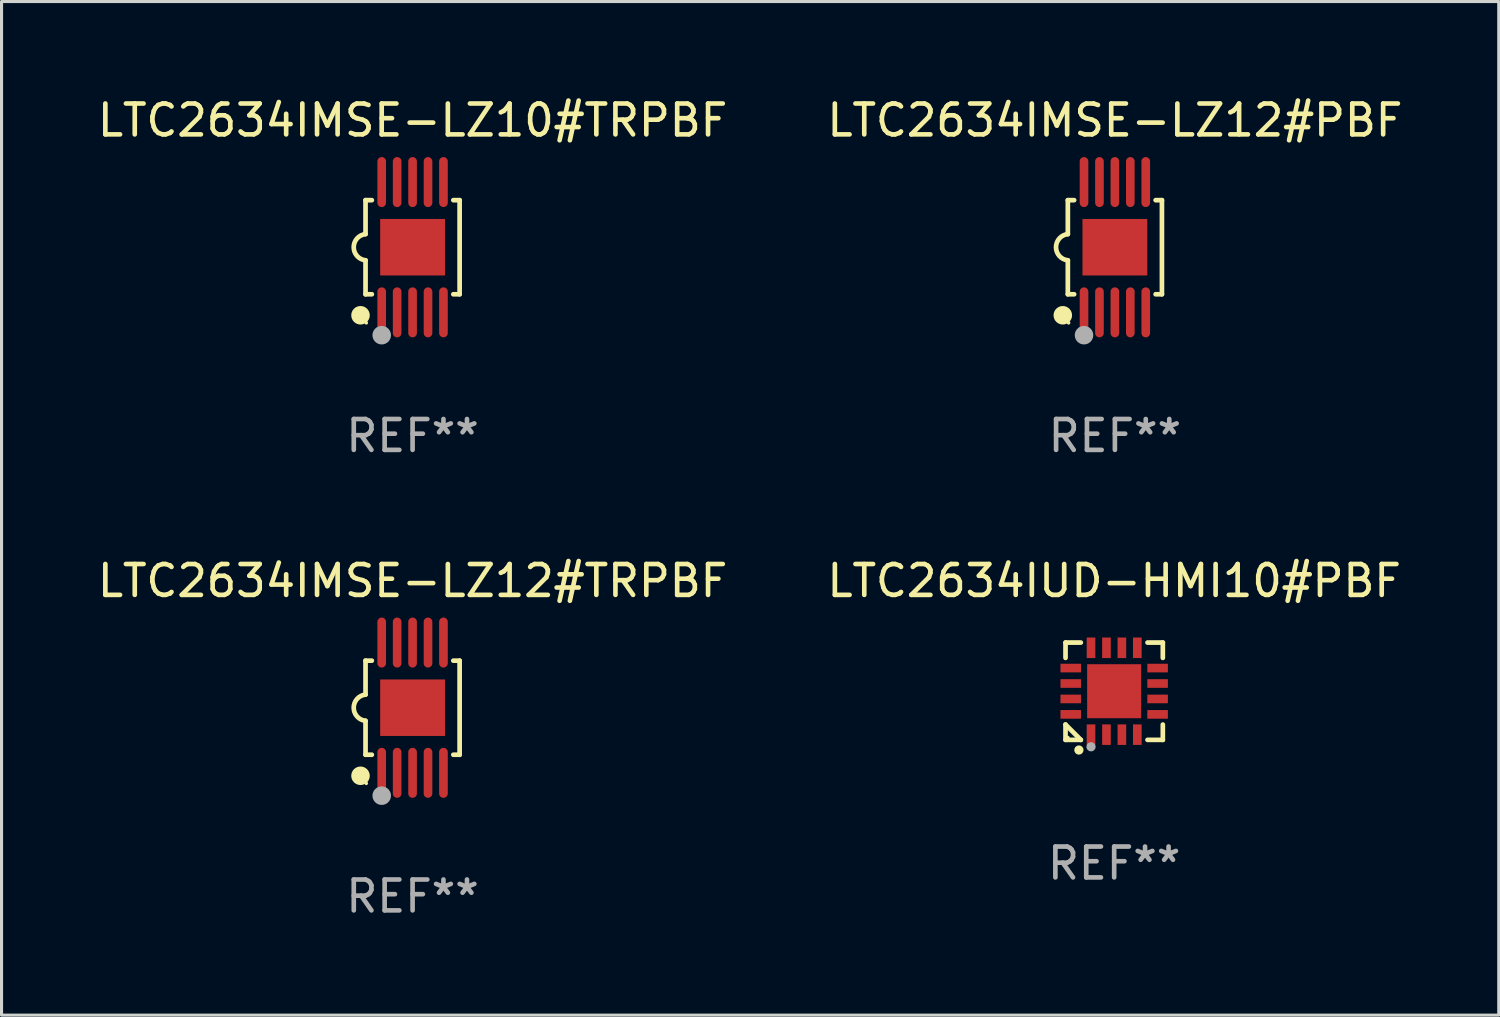
<source format=kicad_pcb>
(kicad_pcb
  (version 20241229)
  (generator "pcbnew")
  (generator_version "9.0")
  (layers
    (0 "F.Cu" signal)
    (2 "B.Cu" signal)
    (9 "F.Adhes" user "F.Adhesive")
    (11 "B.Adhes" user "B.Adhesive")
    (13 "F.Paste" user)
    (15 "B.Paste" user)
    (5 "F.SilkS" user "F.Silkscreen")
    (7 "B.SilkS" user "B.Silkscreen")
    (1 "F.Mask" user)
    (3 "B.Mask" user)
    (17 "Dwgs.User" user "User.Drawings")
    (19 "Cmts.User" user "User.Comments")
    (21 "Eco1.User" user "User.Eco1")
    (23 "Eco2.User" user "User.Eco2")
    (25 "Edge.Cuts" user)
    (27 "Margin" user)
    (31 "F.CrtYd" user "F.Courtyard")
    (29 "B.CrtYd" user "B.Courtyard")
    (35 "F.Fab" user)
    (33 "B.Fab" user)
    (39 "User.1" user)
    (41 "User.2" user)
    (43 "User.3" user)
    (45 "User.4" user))
  (footprint "LTC2634IMSE-LZ12#TRPBF"
    (layer "F.Cu")
    (at 10.315 19.875)
    (property "Reference" "LTC2634IMSE-LZ12#TRPBF" (at 0 -4.11 0) (layer "F.SilkS") (effects (font (size 1 1) (thickness 0.15))))
    (attr through_hole)
    (fp_line (start -1.524 -1.524) (end -1.524 -0.424) (stroke (width 0.152) (type solid)) (layer "F.SilkS"))
    (fp_line (start -1.524 1.524) (end -1.524 0.424) (stroke (width 0.152) (type solid)) (layer "F.SilkS"))
    (fp_line (start -1.524 1.524) (end -1.32 1.524) (stroke (width 0.152) (type solid)) (layer "F.SilkS"))
    (fp_line (start -1.32 -1.524) (end -1.524 -1.524) (stroke (width 0.152) (type solid)) (layer "F.SilkS"))
    (fp_line (start 1.32 1.524) (end 1.524 1.524) (stroke (width 0.152) (type solid)) (layer "F.SilkS"))
    (fp_line (start 1.524 -1.524) (end 1.32 -1.524) (stroke (width 0.152) (type solid)) (layer "F.SilkS"))
    (fp_line (start 1.524 1.524) (end 1.524 -1.524) (stroke (width 0.152) (type solid)) (layer "F.SilkS"))
    (fp_arc (start -1.524003 0.424003) (mid -1.906663 -0.000089) (end -1.524004 -0.424181) (stroke (width 0.151994) (type solid)) (layer "F.SilkS"))
    (fp_circle (center -1.687 2.205) (end -1.537 2.205) (stroke (width 0.3) (type solid)) (fill no) (layer "F.SilkS"))
    (fp_circle (center -1.5 2.45) (end -1.47 2.45) (stroke (width 0.06) (type solid)) (fill no) (layer "F.SilkS"))
    (fp_circle (center -1 2.85) (end -0.85 2.85) (stroke (width 0.3) (type solid)) (fill no) (layer "F.Fab"))
    (fp_text user "REF**" (at 0 6.11 0) (layer "F.Fab") (effects (font (size 1 1) (thickness 0.15))))
    (pad "1" smd oval (at -1 2.11) (size 0.28 1.62) (layers "F.Cu" "F.Mask" "F.Paste"))
    (pad "2" smd oval (at -0.5 2.11) (size 0.28 1.62) (layers "F.Cu" "F.Mask" "F.Paste"))
    (pad "3" smd oval (at 0 2.11) (size 0.28 1.62) (layers "F.Cu" "F.Mask" "F.Paste"))
    (pad "4" smd oval (at 0.5 2.11) (size 0.28 1.62) (layers "F.Cu" "F.Mask" "F.Paste"))
    (pad "5" smd oval (at 1 2.11) (size 0.28 1.62) (layers "F.Cu" "F.Mask" "F.Paste"))
    (pad "6" smd oval (at 1 -2.11) (size 0.28 1.62) (layers "F.Cu" "F.Mask" "F.Paste"))
    (pad "7" smd oval (at 0.5 -2.11) (size 0.28 1.62) (layers "F.Cu" "F.Mask" "F.Paste"))
    (pad "8" smd oval (at 0 -2.11) (size 0.28 1.62) (layers "F.Cu" "F.Mask" "F.Paste"))
    (pad "9" smd oval (at -0.5 -2.11) (size 0.28 1.62) (layers "F.Cu" "F.Mask" "F.Paste"))
    (pad "10" smd oval (at -1 -2.11) (size 0.28 1.62) (layers "F.Cu" "F.Mask" "F.Paste"))
    (pad "11" smd rect (at 0 0) (size 2.1 1.83) (layers "F.Cu" "F.Mask" "F.Paste")))
  (footprint "LTC2634IMSE-LZ10#TRPBF"
    (layer "F.Cu")
    (at 10.315 4.958)
    (property "Reference" "LTC2634IMSE-LZ10#TRPBF" (at 0 -4.11 0) (layer "F.SilkS") (effects (font (size 1 1) (thickness 0.15))))
    (attr through_hole)
    (fp_line (start -1.524 -1.524) (end -1.524 -0.424) (stroke (width 0.152) (type solid)) (layer "F.SilkS"))
    (fp_line (start -1.524 1.524) (end -1.524 0.424) (stroke (width 0.152) (type solid)) (layer "F.SilkS"))
    (fp_line (start -1.524 1.524) (end -1.32 1.524) (stroke (width 0.152) (type solid)) (layer "F.SilkS"))
    (fp_line (start -1.32 -1.524) (end -1.524 -1.524) (stroke (width 0.152) (type solid)) (layer "F.SilkS"))
    (fp_line (start 1.32 1.524) (end 1.524 1.524) (stroke (width 0.152) (type solid)) (layer "F.SilkS"))
    (fp_line (start 1.524 -1.524) (end 1.32 -1.524) (stroke (width 0.152) (type solid)) (layer "F.SilkS"))
    (fp_line (start 1.524 1.524) (end 1.524 -1.524) (stroke (width 0.152) (type solid)) (layer "F.SilkS"))
    (fp_arc (start -1.524003 0.424003) (mid -1.906663 -0.000089) (end -1.524004 -0.424181) (stroke (width 0.151994) (type solid)) (layer "F.SilkS"))
    (fp_circle (center -1.687 2.205) (end -1.537 2.205) (stroke (width 0.3) (type solid)) (fill no) (layer "F.SilkS"))
    (fp_circle (center -1.5 2.45) (end -1.47 2.45) (stroke (width 0.06) (type solid)) (fill no) (layer "F.SilkS"))
    (fp_circle (center -1 2.85) (end -0.85 2.85) (stroke (width 0.3) (type solid)) (fill no) (layer "F.Fab"))
    (fp_text user "REF**" (at 0 6.11 0) (layer "F.Fab") (effects (font (size 1 1) (thickness 0.15))))
    (pad "1" smd oval (at -1 2.11) (size 0.28 1.62) (layers "F.Cu" "F.Mask" "F.Paste"))
    (pad "2" smd oval (at -0.5 2.11) (size 0.28 1.62) (layers "F.Cu" "F.Mask" "F.Paste"))
    (pad "3" smd oval (at 0 2.11) (size 0.28 1.62) (layers "F.Cu" "F.Mask" "F.Paste"))
    (pad "4" smd oval (at 0.5 2.11) (size 0.28 1.62) (layers "F.Cu" "F.Mask" "F.Paste"))
    (pad "5" smd oval (at 1 2.11) (size 0.28 1.62) (layers "F.Cu" "F.Mask" "F.Paste"))
    (pad "6" smd oval (at 1 -2.11) (size 0.28 1.62) (layers "F.Cu" "F.Mask" "F.Paste"))
    (pad "7" smd oval (at 0.5 -2.11) (size 0.28 1.62) (layers "F.Cu" "F.Mask" "F.Paste"))
    (pad "8" smd oval (at 0 -2.11) (size 0.28 1.62) (layers "F.Cu" "F.Mask" "F.Paste"))
    (pad "9" smd oval (at -0.5 -2.11) (size 0.28 1.62) (layers "F.Cu" "F.Mask" "F.Paste"))
    (pad "10" smd oval (at -1 -2.11) (size 0.28 1.62) (layers "F.Cu" "F.Mask" "F.Paste"))
    (pad "11" smd rect (at 0 0) (size 2.1 1.83) (layers "F.Cu" "F.Mask" "F.Paste")))
  (footprint "LTC2634IMSE-LZ12#PBF"
    (layer "F.Cu")
    (at 33.065 4.958)
    (property "Reference" "LTC2634IMSE-LZ12#PBF" (at 0 -4.11 0) (layer "F.SilkS") (effects (font (size 1 1) (thickness 0.15))))
    (attr through_hole)
    (fp_line (start -1.524 -1.524) (end -1.524 -0.424) (stroke (width 0.152) (type solid)) (layer "F.SilkS"))
    (fp_line (start -1.524 1.524) (end -1.524 0.424) (stroke (width 0.152) (type solid)) (layer "F.SilkS"))
    (fp_line (start -1.524 1.524) (end -1.32 1.524) (stroke (width 0.152) (type solid)) (layer "F.SilkS"))
    (fp_line (start -1.32 -1.524) (end -1.524 -1.524) (stroke (width 0.152) (type solid)) (layer "F.SilkS"))
    (fp_line (start 1.32 1.524) (end 1.524 1.524) (stroke (width 0.152) (type solid)) (layer "F.SilkS"))
    (fp_line (start 1.524 -1.524) (end 1.32 -1.524) (stroke (width 0.152) (type solid)) (layer "F.SilkS"))
    (fp_line (start 1.524 1.524) (end 1.524 -1.524) (stroke (width 0.152) (type solid)) (layer "F.SilkS"))
    (fp_arc (start -1.524003 0.424003) (mid -1.906663 -0.000089) (end -1.524004 -0.424181) (stroke (width 0.151994) (type solid)) (layer "F.SilkS"))
    (fp_circle (center -1.687 2.205) (end -1.537 2.205) (stroke (width 0.3) (type solid)) (fill no) (layer "F.SilkS"))
    (fp_circle (center -1.5 2.45) (end -1.47 2.45) (stroke (width 0.06) (type solid)) (fill no) (layer "F.SilkS"))
    (fp_circle (center -1 2.85) (end -0.85 2.85) (stroke (width 0.3) (type solid)) (fill no) (layer "F.Fab"))
    (fp_text user "REF**" (at 0 6.11 0) (layer "F.Fab") (effects (font (size 1 1) (thickness 0.15))))
    (pad "1" smd oval (at -1 2.11) (size 0.28 1.62) (layers "F.Cu" "F.Mask" "F.Paste"))
    (pad "2" smd oval (at -0.5 2.11) (size 0.28 1.62) (layers "F.Cu" "F.Mask" "F.Paste"))
    (pad "3" smd oval (at 0 2.11) (size 0.28 1.62) (layers "F.Cu" "F.Mask" "F.Paste"))
    (pad "4" smd oval (at 0.5 2.11) (size 0.28 1.62) (layers "F.Cu" "F.Mask" "F.Paste"))
    (pad "5" smd oval (at 1 2.11) (size 0.28 1.62) (layers "F.Cu" "F.Mask" "F.Paste"))
    (pad "6" smd oval (at 1 -2.11) (size 0.28 1.62) (layers "F.Cu" "F.Mask" "F.Paste"))
    (pad "7" smd oval (at 0.5 -2.11) (size 0.28 1.62) (layers "F.Cu" "F.Mask" "F.Paste"))
    (pad "8" smd oval (at 0 -2.11) (size 0.28 1.62) (layers "F.Cu" "F.Mask" "F.Paste"))
    (pad "9" smd oval (at -0.5 -2.11) (size 0.28 1.62) (layers "F.Cu" "F.Mask" "F.Paste"))
    (pad "10" smd oval (at -1 -2.11) (size 0.28 1.62) (layers "F.Cu" "F.Mask" "F.Paste"))
    (pad "11" smd rect (at 0 0) (size 2.1 1.83) (layers "F.Cu" "F.Mask" "F.Paste")))
  (footprint "LTC2634IUD-HMI10#PBF"
    (layer "F.Cu")
    (at 33.042 19.341)
    (property "Reference" "LTC2634IUD-HMI10#PBF" (at 0 -3.576 0) (layer "F.SilkS") (effects (font (size 1 1) (thickness 0.15))))
    (attr through_hole)
    (fp_line (start -1.576 -1.576) (end -1.08 -1.576) (stroke (width 0.152) (type solid)) (layer "F.SilkS"))
    (fp_line (start -1.576 -1.08) (end -1.576 -1.576) (stroke (width 0.152) (type solid)) (layer "F.SilkS"))
    (fp_line (start -1.576 1.08) (end -1.576 1.576) (stroke (width 0.152) (type solid)) (layer "F.SilkS"))
    (fp_line (start -1.576 1.576) (end -1.08 1.576) (stroke (width 0.152) (type solid)) (layer "F.SilkS"))
    (fp_line (start -1.08 1.576) (end -1.576 1.08) (stroke (width 0.152) (type solid)) (layer "F.SilkS"))
    (fp_line (start 1.576 -1.576) (end 1.08 -1.576) (stroke (width 0.152) (type solid)) (layer "F.SilkS"))
    (fp_line (start 1.576 -1.08) (end 1.576 -1.576) (stroke (width 0.152) (type solid)) (layer "F.SilkS"))
    (fp_line (start 1.576 1.08) (end 1.576 1.576) (stroke (width 0.152) (type solid)) (layer "F.SilkS"))
    (fp_line (start 1.576 1.576) (end 1.08 1.576) (stroke (width 0.152) (type solid)) (layer "F.SilkS"))
    (fp_circle (center -1.5 1.5) (end -1.47 1.5) (stroke (width 0.06) (type solid)) (fill no) (layer "F.SilkS"))
    (fp_circle (center -1.143 1.905) (end -1.068 1.905) (stroke (width 0.15) (type solid)) (fill no) (layer "F.SilkS"))
    (fp_circle (center -0.75 1.8) (end -0.675 1.8) (stroke (width 0.15) (type solid)) (fill no) (layer "F.Fab"))
    (fp_text user "REF**" (at 0 5.576 0) (layer "F.Fab") (effects (font (size 1 1) (thickness 0.15))))
    (pad "1" smd rect (at -0.75 1.407) (size 0.28 0.665) (layers "F.Cu" "F.Mask" "F.Paste"))
    (pad "2" smd rect (at -0.25 1.407) (size 0.28 0.665) (layers "F.Cu" "F.Mask" "F.Paste"))
    (pad "3" smd rect (at 0.25 1.407) (size 0.28 0.665) (layers "F.Cu" "F.Mask" "F.Paste"))
    (pad "4" smd rect (at 0.75 1.407) (size 0.28 0.665) (layers "F.Cu" "F.Mask" "F.Paste"))
    (pad "5" smd rect (at 1.407 0.75) (size 0.665 0.28) (layers "F.Cu" "F.Mask" "F.Paste"))
    (pad "6" smd rect (at 1.407 0.25) (size 0.665 0.28) (layers "F.Cu" "F.Mask" "F.Paste"))
    (pad "7" smd rect (at 1.407 -0.25) (size 0.665 0.28) (layers "F.Cu" "F.Mask" "F.Paste"))
    (pad "8" smd rect (at 1.407 -0.75) (size 0.665 0.28) (layers "F.Cu" "F.Mask" "F.Paste"))
    (pad "9" smd rect (at 0.75 -1.407) (size 0.28 0.665) (layers "F.Cu" "F.Mask" "F.Paste"))
    (pad "10" smd rect (at 0.25 -1.407) (size 0.28 0.665) (layers "F.Cu" "F.Mask" "F.Paste"))
    (pad "11" smd rect (at -0.25 -1.407) (size 0.28 0.665) (layers "F.Cu" "F.Mask" "F.Paste"))
    (pad "12" smd rect (at -0.75 -1.407) (size 0.28 0.665) (layers "F.Cu" "F.Mask" "F.Paste"))
    (pad "13" smd rect (at -1.407 -0.75) (size 0.665 0.28) (layers "F.Cu" "F.Mask" "F.Paste"))
    (pad "14" smd rect (at -1.407 -0.25) (size 0.665 0.28) (layers "F.Cu" "F.Mask" "F.Paste"))
    (pad "15" smd rect (at -1.407 0.25) (size 0.665 0.28) (layers "F.Cu" "F.Mask" "F.Paste"))
    (pad "16" smd rect (at -1.407 0.75) (size 0.665 0.28) (layers "F.Cu" "F.Mask" "F.Paste"))
    (pad "17" smd rect (at 0 0) (size 1.75 1.75) (layers "F.Cu" "F.Mask" "F.Paste")))
  (gr_rect
    (start -3 -3)
    (end 45.5 29.833)
    (stroke (width 0.1) (type default))
    (fill no)
    (layer "Edge.Cuts")))
</source>
